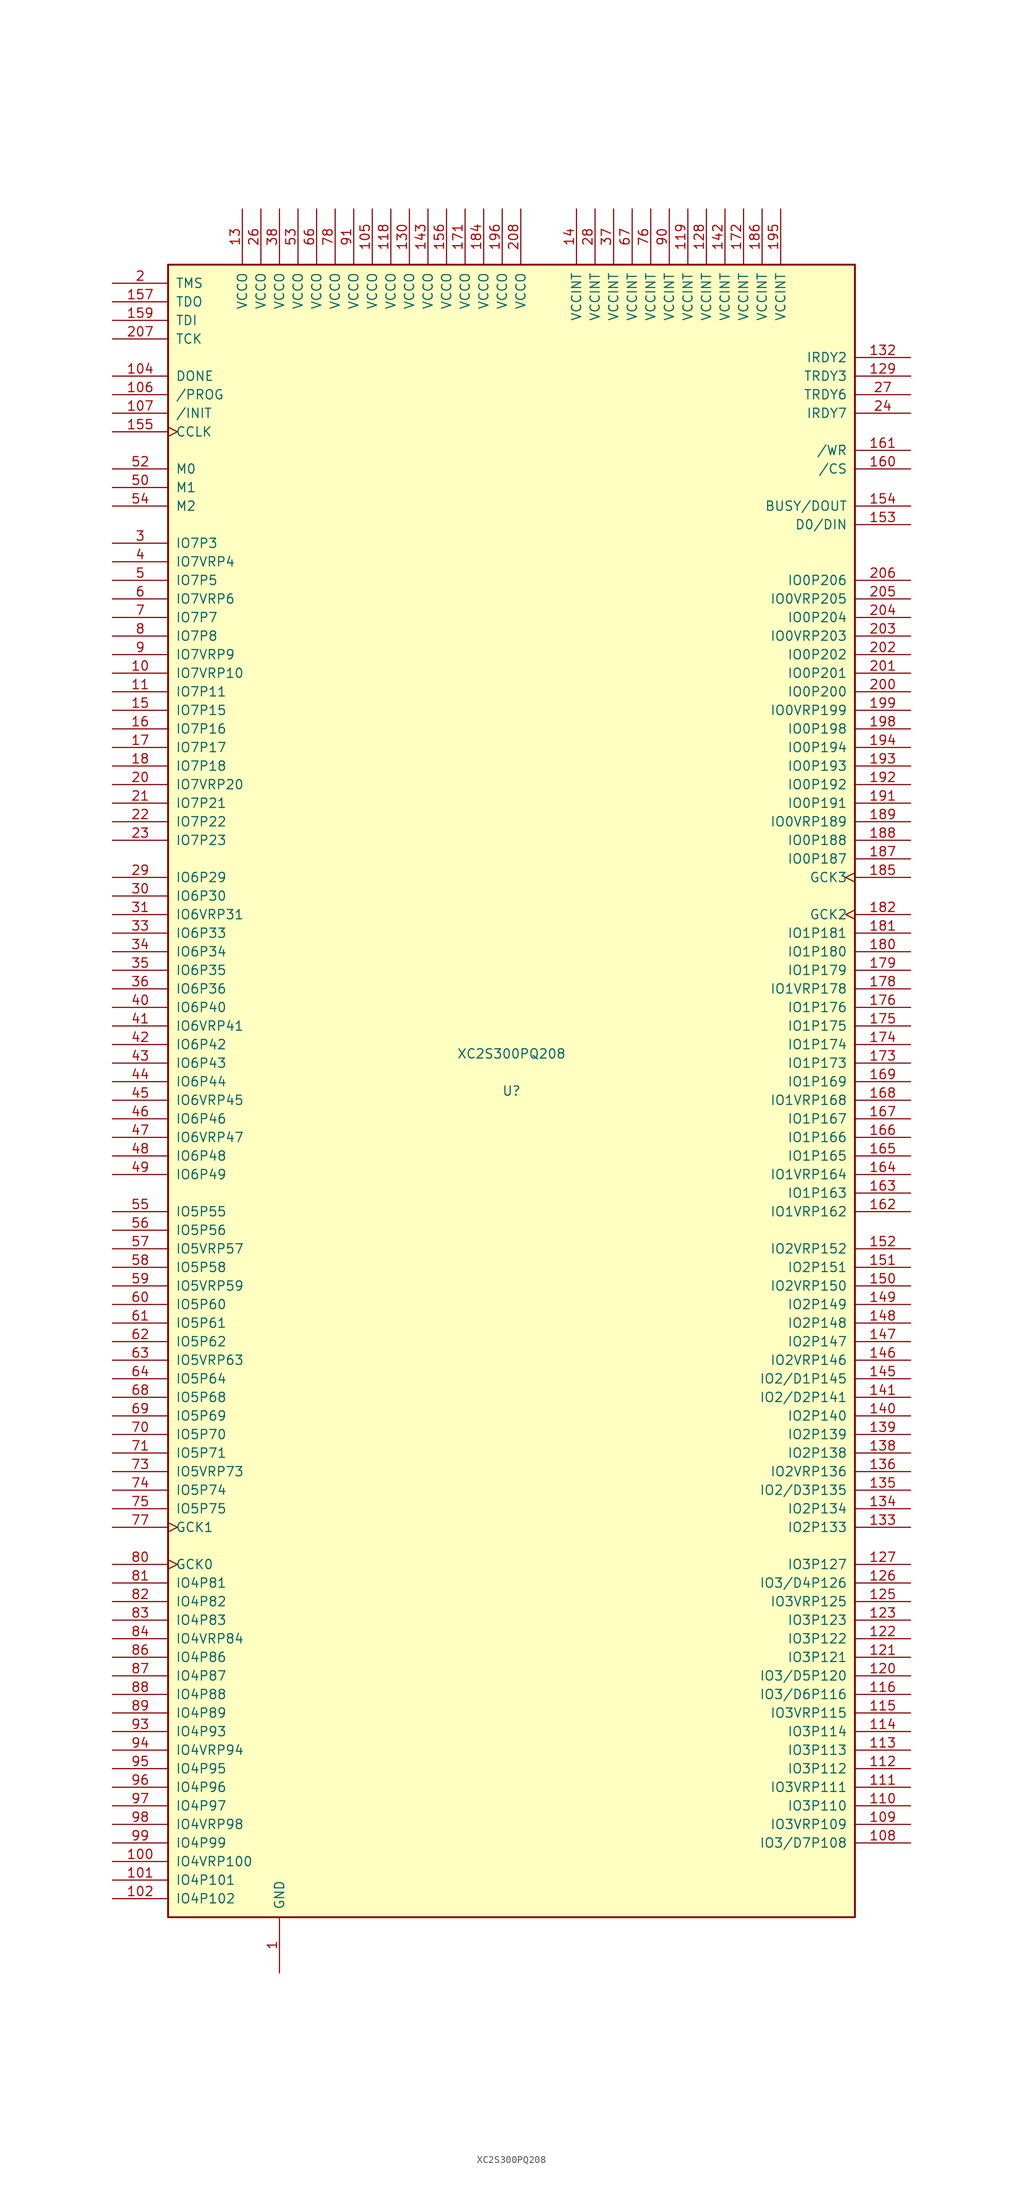
<source format=kicad_sym>
(kicad_symbol_lib
  (version 20231120)
  (generator "kicad_symbol_editor")
  (generator_version "8.0")
  (symbol "XC2S300PQ208"
    (pin_names
      (offset 1.016))
    (property "Reference" "U"
      (at 0 0 0)
      (effects (font (size 1.27 1.27))))
    (property "Value" "XC2S300PQ208"
      (at 0 5.08 0)
      (effects (font (size 1.27 1.27))))
    (symbol "XC2S300PQ208_0_1"
      (rectangle (start -46.99 113.03) (end 46.99 -113.03) (stroke (width 0.254) (type default)) (fill (type background))))
    (symbol "XC2S300PQ208_1_1"
      (pin power_in line (at -31.75 -120.65 90) (length 7.62) (name "GND" (effects (font (size 1.27 1.27)))) (number "1" (effects (font (size 1.27 1.27)))))
      (pin bidirectional line (at -54.61 57.15 0) (length 7.62) (name "IO7VRP10" (effects (font (size 1.27 1.27)))) (number "10" (effects (font (size 1.27 1.27)))))
      (pin bidirectional line (at -54.61 -105.41 0) (length 7.62) (name "IO4VRP100" (effects (font (size 1.27 1.27)))) (number "100" (effects (font (size 1.27 1.27)))))
      (pin bidirectional line (at -54.61 -107.95 0) (length 7.62) (name "IO4P101" (effects (font (size 1.27 1.27)))) (number "101" (effects (font (size 1.27 1.27)))))
      (pin bidirectional line (at -54.61 -110.49 0) (length 7.62) (name "IO4P102" (effects (font (size 1.27 1.27)))) (number "102" (effects (font (size 1.27 1.27)))))
      (pin passive line (at -31.75 -120.65 90) (length 7.62) hide (name "GND" (effects (font (size 1.27 1.27)))) (number "103" (effects (font (size 1.27 1.27)))))
      (pin bidirectional line (at -54.61 97.79 0) (length 7.62) (name "DONE" (effects (font (size 1.27 1.27)))) (number "104" (effects (font (size 1.27 1.27)))))
      (pin power_in line (at -19.05 120.65 270) (length 7.62) (name "VCCO" (effects (font (size 1.27 1.27)))) (number "105" (effects (font (size 1.27 1.27)))))
      (pin input line (at -54.61 95.25 0) (length 7.62) (name "/PROG" (effects (font (size 1.27 1.27)))) (number "106" (effects (font (size 1.27 1.27)))))
      (pin bidirectional line (at -54.61 92.71 0) (length 7.62) (name "/INIT" (effects (font (size 1.27 1.27)))) (number "107" (effects (font (size 1.27 1.27)))))
      (pin bidirectional line (at 54.61 -102.87 180) (length 7.62) (name "IO3/D7P108" (effects (font (size 1.27 1.27)))) (number "108" (effects (font (size 1.27 1.27)))))
      (pin bidirectional line (at 54.61 -100.33 180) (length 7.62) (name "IO3VRP109" (effects (font (size 1.27 1.27)))) (number "109" (effects (font (size 1.27 1.27)))))
      (pin bidirectional line (at -54.61 54.61 0) (length 7.62) (name "IO7P11" (effects (font (size 1.27 1.27)))) (number "11" (effects (font (size 1.27 1.27)))))
      (pin bidirectional line (at 54.61 -97.79 180) (length 7.62) (name "IO3P110" (effects (font (size 1.27 1.27)))) (number "110" (effects (font (size 1.27 1.27)))))
      (pin bidirectional line (at 54.61 -95.25 180) (length 7.62) (name "IO3VRP111" (effects (font (size 1.27 1.27)))) (number "111" (effects (font (size 1.27 1.27)))))
      (pin bidirectional line (at 54.61 -92.71 180) (length 7.62) (name "IO3P112" (effects (font (size 1.27 1.27)))) (number "112" (effects (font (size 1.27 1.27)))))
      (pin bidirectional line (at 54.61 -90.17 180) (length 7.62) (name "IO3P113" (effects (font (size 1.27 1.27)))) (number "113" (effects (font (size 1.27 1.27)))))
      (pin bidirectional line (at 54.61 -87.63 180) (length 7.62) (name "IO3P114" (effects (font (size 1.27 1.27)))) (number "114" (effects (font (size 1.27 1.27)))))
      (pin bidirectional line (at 54.61 -85.09 180) (length 7.62) (name "IO3VRP115" (effects (font (size 1.27 1.27)))) (number "115" (effects (font (size 1.27 1.27)))))
      (pin bidirectional line (at 54.61 -82.55 180) (length 7.62) (name "IO3/D6P116" (effects (font (size 1.27 1.27)))) (number "116" (effects (font (size 1.27 1.27)))))
      (pin passive line (at -31.75 -120.65 90) (length 7.62) hide (name "GND" (effects (font (size 1.27 1.27)))) (number "117" (effects (font (size 1.27 1.27)))))
      (pin power_in line (at -16.51 120.65 270) (length 7.62) (name "VCCO" (effects (font (size 1.27 1.27)))) (number "118" (effects (font (size 1.27 1.27)))))
      (pin power_in line (at 24.13 120.65 270) (length 7.62) (name "VCCINT" (effects (font (size 1.27 1.27)))) (number "119" (effects (font (size 1.27 1.27)))))
      (pin passive line (at -31.75 -120.65 90) (length 7.62) hide (name "GND" (effects (font (size 1.27 1.27)))) (number "12" (effects (font (size 1.27 1.27)))))
      (pin bidirectional line (at 54.61 -80.01 180) (length 7.62) (name "IO3/D5P120" (effects (font (size 1.27 1.27)))) (number "120" (effects (font (size 1.27 1.27)))))
      (pin bidirectional line (at 54.61 -77.47 180) (length 7.62) (name "IO3P121" (effects (font (size 1.27 1.27)))) (number "121" (effects (font (size 1.27 1.27)))))
      (pin bidirectional line (at 54.61 -74.93 180) (length 7.62) (name "IO3P122" (effects (font (size 1.27 1.27)))) (number "122" (effects (font (size 1.27 1.27)))))
      (pin bidirectional line (at 54.61 -72.39 180) (length 7.62) (name "IO3P123" (effects (font (size 1.27 1.27)))) (number "123" (effects (font (size 1.27 1.27)))))
      (pin passive line (at -31.75 -120.65 90) (length 7.62) hide (name "GND" (effects (font (size 1.27 1.27)))) (number "124" (effects (font (size 1.27 1.27)))))
      (pin bidirectional line (at 54.61 -69.85 180) (length 7.62) (name "IO3VRP125" (effects (font (size 1.27 1.27)))) (number "125" (effects (font (size 1.27 1.27)))))
      (pin bidirectional line (at 54.61 -67.31 180) (length 7.62) (name "IO3/D4P126" (effects (font (size 1.27 1.27)))) (number "126" (effects (font (size 1.27 1.27)))))
      (pin bidirectional line (at 54.61 -64.77 180) (length 7.62) (name "IO3P127" (effects (font (size 1.27 1.27)))) (number "127" (effects (font (size 1.27 1.27)))))
      (pin power_in line (at 26.67 120.65 270) (length 7.62) (name "VCCINT" (effects (font (size 1.27 1.27)))) (number "128" (effects (font (size 1.27 1.27)))))
      (pin bidirectional line (at 54.61 97.79 180) (length 7.62) (name "TRDY3" (effects (font (size 1.27 1.27)))) (number "129" (effects (font (size 1.27 1.27)))))
      (pin power_in line (at -36.83 120.65 270) (length 7.62) (name "VCCO" (effects (font (size 1.27 1.27)))) (number "13" (effects (font (size 1.27 1.27)))))
      (pin power_in line (at -13.97 120.65 270) (length 7.62) (name "VCCO" (effects (font (size 1.27 1.27)))) (number "130" (effects (font (size 1.27 1.27)))))
      (pin passive line (at -31.75 -120.65 90) (length 7.62) hide (name "GND" (effects (font (size 1.27 1.27)))) (number "131" (effects (font (size 1.27 1.27)))))
      (pin bidirectional line (at 54.61 100.33 180) (length 7.62) (name "IRDY2" (effects (font (size 1.27 1.27)))) (number "132" (effects (font (size 1.27 1.27)))))
      (pin bidirectional line (at 54.61 -59.69 180) (length 7.62) (name "IO2P133" (effects (font (size 1.27 1.27)))) (number "133" (effects (font (size 1.27 1.27)))))
      (pin bidirectional line (at 54.61 -57.15 180) (length 7.62) (name "IO2P134" (effects (font (size 1.27 1.27)))) (number "134" (effects (font (size 1.27 1.27)))))
      (pin bidirectional line (at 54.61 -54.61 180) (length 7.62) (name "IO2/D3P135" (effects (font (size 1.27 1.27)))) (number "135" (effects (font (size 1.27 1.27)))))
      (pin bidirectional line (at 54.61 -52.07 180) (length 7.62) (name "IO2VRP136" (effects (font (size 1.27 1.27)))) (number "136" (effects (font (size 1.27 1.27)))))
      (pin passive line (at -31.75 -120.65 90) (length 7.62) hide (name "GND" (effects (font (size 1.27 1.27)))) (number "137" (effects (font (size 1.27 1.27)))))
      (pin bidirectional line (at 54.61 -49.53 180) (length 7.62) (name "IO2P138" (effects (font (size 1.27 1.27)))) (number "138" (effects (font (size 1.27 1.27)))))
      (pin bidirectional line (at 54.61 -46.99 180) (length 7.62) (name "IO2P139" (effects (font (size 1.27 1.27)))) (number "139" (effects (font (size 1.27 1.27)))))
      (pin power_in line (at 8.89 120.65 270) (length 7.62) (name "VCCINT" (effects (font (size 1.27 1.27)))) (number "14" (effects (font (size 1.27 1.27)))))
      (pin bidirectional line (at 54.61 -44.45 180) (length 7.62) (name "IO2P140" (effects (font (size 1.27 1.27)))) (number "140" (effects (font (size 1.27 1.27)))))
      (pin bidirectional line (at 54.61 -41.91 180) (length 7.62) (name "IO2/D2P141" (effects (font (size 1.27 1.27)))) (number "141" (effects (font (size 1.27 1.27)))))
      (pin power_in line (at 29.21 120.65 270) (length 7.62) (name "VCCINT" (effects (font (size 1.27 1.27)))) (number "142" (effects (font (size 1.27 1.27)))))
      (pin power_in line (at -11.43 120.65 270) (length 7.62) (name "VCCO" (effects (font (size 1.27 1.27)))) (number "143" (effects (font (size 1.27 1.27)))))
      (pin passive line (at -31.75 -120.65 90) (length 7.62) hide (name "GND" (effects (font (size 1.27 1.27)))) (number "144" (effects (font (size 1.27 1.27)))))
      (pin bidirectional line (at 54.61 -39.37 180) (length 7.62) (name "IO2/D1P145" (effects (font (size 1.27 1.27)))) (number "145" (effects (font (size 1.27 1.27)))))
      (pin bidirectional line (at 54.61 -36.83 180) (length 7.62) (name "IO2VRP146" (effects (font (size 1.27 1.27)))) (number "146" (effects (font (size 1.27 1.27)))))
      (pin bidirectional line (at 54.61 -34.29 180) (length 7.62) (name "IO2P147" (effects (font (size 1.27 1.27)))) (number "147" (effects (font (size 1.27 1.27)))))
      (pin bidirectional line (at 54.61 -31.75 180) (length 7.62) (name "IO2P148" (effects (font (size 1.27 1.27)))) (number "148" (effects (font (size 1.27 1.27)))))
      (pin bidirectional line (at 54.61 -29.21 180) (length 7.62) (name "IO2P149" (effects (font (size 1.27 1.27)))) (number "149" (effects (font (size 1.27 1.27)))))
      (pin bidirectional line (at -54.61 52.07 0) (length 7.62) (name "IO7P15" (effects (font (size 1.27 1.27)))) (number "15" (effects (font (size 1.27 1.27)))))
      (pin bidirectional line (at 54.61 -26.67 180) (length 7.62) (name "IO2VRP150" (effects (font (size 1.27 1.27)))) (number "150" (effects (font (size 1.27 1.27)))))
      (pin bidirectional line (at 54.61 -24.13 180) (length 7.62) (name "IO2P151" (effects (font (size 1.27 1.27)))) (number "151" (effects (font (size 1.27 1.27)))))
      (pin bidirectional line (at 54.61 -21.59 180) (length 7.62) (name "IO2VRP152" (effects (font (size 1.27 1.27)))) (number "152" (effects (font (size 1.27 1.27)))))
      (pin bidirectional line (at 54.61 77.47 180) (length 7.62) (name "D0/DIN" (effects (font (size 1.27 1.27)))) (number "153" (effects (font (size 1.27 1.27)))))
      (pin bidirectional line (at 54.61 80.01 180) (length 7.62) (name "BUSY/DOUT" (effects (font (size 1.27 1.27)))) (number "154" (effects (font (size 1.27 1.27)))))
      (pin bidirectional clock (at -54.61 90.17 0) (length 7.62) (name "CCLK" (effects (font (size 1.27 1.27)))) (number "155" (effects (font (size 1.27 1.27)))))
      (pin power_in line (at -8.89 120.65 270) (length 7.62) (name "VCCO" (effects (font (size 1.27 1.27)))) (number "156" (effects (font (size 1.27 1.27)))))
      (pin bidirectional line (at -54.61 107.95 0) (length 7.62) (name "TDO" (effects (font (size 1.27 1.27)))) (number "157" (effects (font (size 1.27 1.27)))))
      (pin passive line (at -31.75 -120.65 90) (length 7.62) hide (name "GND" (effects (font (size 1.27 1.27)))) (number "158" (effects (font (size 1.27 1.27)))))
      (pin bidirectional line (at -54.61 105.41 0) (length 7.62) (name "TDI" (effects (font (size 1.27 1.27)))) (number "159" (effects (font (size 1.27 1.27)))))
      (pin bidirectional line (at -54.61 49.53 0) (length 7.62) (name "IO7P16" (effects (font (size 1.27 1.27)))) (number "16" (effects (font (size 1.27 1.27)))))
      (pin bidirectional line (at 54.61 85.09 180) (length 7.62) (name "/CS" (effects (font (size 1.27 1.27)))) (number "160" (effects (font (size 1.27 1.27)))))
      (pin bidirectional line (at 54.61 87.63 180) (length 7.62) (name "/WR" (effects (font (size 1.27 1.27)))) (number "161" (effects (font (size 1.27 1.27)))))
      (pin bidirectional line (at 54.61 -16.51 180) (length 7.62) (name "IO1VRP162" (effects (font (size 1.27 1.27)))) (number "162" (effects (font (size 1.27 1.27)))))
      (pin bidirectional line (at 54.61 -13.97 180) (length 7.62) (name "IO1P163" (effects (font (size 1.27 1.27)))) (number "163" (effects (font (size 1.27 1.27)))))
      (pin bidirectional line (at 54.61 -11.43 180) (length 7.62) (name "IO1VRP164" (effects (font (size 1.27 1.27)))) (number "164" (effects (font (size 1.27 1.27)))))
      (pin bidirectional line (at 54.61 -8.89 180) (length 7.62) (name "IO1P165" (effects (font (size 1.27 1.27)))) (number "165" (effects (font (size 1.27 1.27)))))
      (pin bidirectional line (at 54.61 -6.35 180) (length 7.62) (name "IO1P166" (effects (font (size 1.27 1.27)))) (number "166" (effects (font (size 1.27 1.27)))))
      (pin bidirectional line (at 54.61 -3.81 180) (length 7.62) (name "IO1P167" (effects (font (size 1.27 1.27)))) (number "167" (effects (font (size 1.27 1.27)))))
      (pin bidirectional line (at 54.61 -1.27 180) (length 7.62) (name "IO1VRP168" (effects (font (size 1.27 1.27)))) (number "168" (effects (font (size 1.27 1.27)))))
      (pin bidirectional line (at 54.61 1.27 180) (length 7.62) (name "IO1P169" (effects (font (size 1.27 1.27)))) (number "169" (effects (font (size 1.27 1.27)))))
      (pin bidirectional line (at -54.61 46.99 0) (length 7.62) (name "IO7P17" (effects (font (size 1.27 1.27)))) (number "17" (effects (font (size 1.27 1.27)))))
      (pin passive line (at -31.75 -120.65 90) (length 7.62) hide (name "GND" (effects (font (size 1.27 1.27)))) (number "170" (effects (font (size 1.27 1.27)))))
      (pin passive line (at -6.35 120.65 270) (length 7.62) (name "VCCO" (effects (font (size 1.27 1.27)))) (number "171" (effects (font (size 1.27 1.27)))))
      (pin power_in line (at 31.75 120.65 270) (length 7.62) (name "VCCINT" (effects (font (size 1.27 1.27)))) (number "172" (effects (font (size 1.27 1.27)))))
      (pin bidirectional line (at 54.61 3.81 180) (length 7.62) (name "IO1P173" (effects (font (size 1.27 1.27)))) (number "173" (effects (font (size 1.27 1.27)))))
      (pin bidirectional line (at 54.61 6.35 180) (length 7.62) (name "IO1P174" (effects (font (size 1.27 1.27)))) (number "174" (effects (font (size 1.27 1.27)))))
      (pin bidirectional line (at 54.61 8.89 180) (length 7.62) (name "IO1P175" (effects (font (size 1.27 1.27)))) (number "175" (effects (font (size 1.27 1.27)))))
      (pin bidirectional line (at 54.61 11.43 180) (length 7.62) (name "IO1P176" (effects (font (size 1.27 1.27)))) (number "176" (effects (font (size 1.27 1.27)))))
      (pin passive line (at -31.75 -120.65 90) (length 7.62) hide (name "GND" (effects (font (size 1.27 1.27)))) (number "177" (effects (font (size 1.27 1.27)))))
      (pin bidirectional line (at 54.61 13.97 180) (length 7.62) (name "IO1VRP178" (effects (font (size 1.27 1.27)))) (number "178" (effects (font (size 1.27 1.27)))))
      (pin bidirectional line (at 54.61 16.51 180) (length 7.62) (name "IO1P179" (effects (font (size 1.27 1.27)))) (number "179" (effects (font (size 1.27 1.27)))))
      (pin bidirectional line (at -54.61 44.45 0) (length 7.62) (name "IO7P18" (effects (font (size 1.27 1.27)))) (number "18" (effects (font (size 1.27 1.27)))))
      (pin bidirectional line (at 54.61 19.05 180) (length 7.62) (name "IO1P180" (effects (font (size 1.27 1.27)))) (number "180" (effects (font (size 1.27 1.27)))))
      (pin bidirectional line (at 54.61 21.59 180) (length 7.62) (name "IO1P181" (effects (font (size 1.27 1.27)))) (number "181" (effects (font (size 1.27 1.27)))))
      (pin input clock (at 54.61 24.13 180) (length 7.62) (name "GCK2" (effects (font (size 1.27 1.27)))) (number "182" (effects (font (size 1.27 1.27)))))
      (pin passive line (at -31.75 -120.65 90) (length 7.62) hide (name "GND" (effects (font (size 1.27 1.27)))) (number "183" (effects (font (size 1.27 1.27)))))
      (pin power_in line (at -3.81 120.65 270) (length 7.62) (name "VCCO" (effects (font (size 1.27 1.27)))) (number "184" (effects (font (size 1.27 1.27)))))
      (pin input clock (at 54.61 29.21 180) (length 7.62) (name "GCK3" (effects (font (size 1.27 1.27)))) (number "185" (effects (font (size 1.27 1.27)))))
      (pin power_in line (at 34.29 120.65 270) (length 7.62) (name "VCCINT" (effects (font (size 1.27 1.27)))) (number "186" (effects (font (size 1.27 1.27)))))
      (pin bidirectional line (at 54.61 31.75 180) (length 7.62) (name "IO0P187" (effects (font (size 1.27 1.27)))) (number "187" (effects (font (size 1.27 1.27)))))
      (pin bidirectional line (at 54.61 34.29 180) (length 7.62) (name "IO0P188" (effects (font (size 1.27 1.27)))) (number "188" (effects (font (size 1.27 1.27)))))
      (pin bidirectional line (at 54.61 36.83 180) (length 7.62) (name "IO0VRP189" (effects (font (size 1.27 1.27)))) (number "189" (effects (font (size 1.27 1.27)))))
      (pin passive line (at -31.75 -120.65 90) (length 7.62) hide (name "GND" (effects (font (size 1.27 1.27)))) (number "19" (effects (font (size 1.27 1.27)))))
      (pin passive line (at -31.75 -120.65 90) (length 7.62) hide (name "GND" (effects (font (size 1.27 1.27)))) (number "190" (effects (font (size 1.27 1.27)))))
      (pin bidirectional line (at 54.61 39.37 180) (length 7.62) (name "IO0P191" (effects (font (size 1.27 1.27)))) (number "191" (effects (font (size 1.27 1.27)))))
      (pin bidirectional line (at 54.61 41.91 180) (length 7.62) (name "IO0P192" (effects (font (size 1.27 1.27)))) (number "192" (effects (font (size 1.27 1.27)))))
      (pin bidirectional line (at 54.61 44.45 180) (length 7.62) (name "IO0P193" (effects (font (size 1.27 1.27)))) (number "193" (effects (font (size 1.27 1.27)))))
      (pin bidirectional line (at 54.61 46.99 180) (length 7.62) (name "IO0P194" (effects (font (size 1.27 1.27)))) (number "194" (effects (font (size 1.27 1.27)))))
      (pin power_in line (at 36.83 120.65 270) (length 7.62) (name "VCCINT" (effects (font (size 1.27 1.27)))) (number "195" (effects (font (size 1.27 1.27)))))
      (pin power_in line (at -1.27 120.65 270) (length 7.62) (name "VCCO" (effects (font (size 1.27 1.27)))) (number "196" (effects (font (size 1.27 1.27)))))
      (pin passive line (at -31.75 -120.65 90) (length 7.62) hide (name "GND" (effects (font (size 1.27 1.27)))) (number "197" (effects (font (size 1.27 1.27)))))
      (pin bidirectional line (at 54.61 49.53 180) (length 7.62) (name "IO0P198" (effects (font (size 1.27 1.27)))) (number "198" (effects (font (size 1.27 1.27)))))
      (pin bidirectional line (at 54.61 52.07 180) (length 7.62) (name "IO0VRP199" (effects (font (size 1.27 1.27)))) (number "199" (effects (font (size 1.27 1.27)))))
      (pin bidirectional line (at -54.61 110.49 0) (length 7.62) (name "TMS" (effects (font (size 1.27 1.27)))) (number "2" (effects (font (size 1.27 1.27)))))
      (pin bidirectional line (at -54.61 41.91 0) (length 7.62) (name "IO7VRP20" (effects (font (size 1.27 1.27)))) (number "20" (effects (font (size 1.27 1.27)))))
      (pin bidirectional line (at 54.61 54.61 180) (length 7.62) (name "IO0P200" (effects (font (size 1.27 1.27)))) (number "200" (effects (font (size 1.27 1.27)))))
      (pin bidirectional line (at 54.61 57.15 180) (length 7.62) (name "IO0P201" (effects (font (size 1.27 1.27)))) (number "201" (effects (font (size 1.27 1.27)))))
      (pin bidirectional line (at 54.61 59.69 180) (length 7.62) (name "IO0P202" (effects (font (size 1.27 1.27)))) (number "202" (effects (font (size 1.27 1.27)))))
      (pin bidirectional line (at 54.61 62.23 180) (length 7.62) (name "IO0VRP203" (effects (font (size 1.27 1.27)))) (number "203" (effects (font (size 1.27 1.27)))))
      (pin bidirectional line (at 54.61 64.77 180) (length 7.62) (name "IO0P204" (effects (font (size 1.27 1.27)))) (number "204" (effects (font (size 1.27 1.27)))))
      (pin bidirectional line (at 54.61 67.31 180) (length 7.62) (name "IO0VRP205" (effects (font (size 1.27 1.27)))) (number "205" (effects (font (size 1.27 1.27)))))
      (pin bidirectional line (at 54.61 69.85 180) (length 7.62) (name "IO0P206" (effects (font (size 1.27 1.27)))) (number "206" (effects (font (size 1.27 1.27)))))
      (pin bidirectional line (at -54.61 102.87 0) (length 7.62) (name "TCK" (effects (font (size 1.27 1.27)))) (number "207" (effects (font (size 1.27 1.27)))))
      (pin power_in line (at 1.27 120.65 270) (length 7.62) (name "VCCO" (effects (font (size 1.27 1.27)))) (number "208" (effects (font (size 1.27 1.27)))))
      (pin bidirectional line (at -54.61 39.37 0) (length 7.62) (name "IO7P21" (effects (font (size 1.27 1.27)))) (number "21" (effects (font (size 1.27 1.27)))))
      (pin bidirectional line (at -54.61 36.83 0) (length 7.62) (name "IO7P22" (effects (font (size 1.27 1.27)))) (number "22" (effects (font (size 1.27 1.27)))))
      (pin bidirectional line (at -54.61 34.29 0) (length 7.62) (name "IO7P23" (effects (font (size 1.27 1.27)))) (number "23" (effects (font (size 1.27 1.27)))))
      (pin bidirectional line (at 54.61 92.71 180) (length 7.62) (name "IRDY7" (effects (font (size 1.27 1.27)))) (number "24" (effects (font (size 1.27 1.27)))))
      (pin passive line (at -31.75 -120.65 90) (length 7.62) hide (name "GND" (effects (font (size 1.27 1.27)))) (number "25" (effects (font (size 1.27 1.27)))))
      (pin power_in line (at -34.29 120.65 270) (length 7.62) (name "VCCO" (effects (font (size 1.27 1.27)))) (number "26" (effects (font (size 1.27 1.27)))))
      (pin bidirectional line (at 54.61 95.25 180) (length 7.62) (name "TRDY6" (effects (font (size 1.27 1.27)))) (number "27" (effects (font (size 1.27 1.27)))))
      (pin power_in line (at 11.43 120.65 270) (length 7.62) (name "VCCINT" (effects (font (size 1.27 1.27)))) (number "28" (effects (font (size 1.27 1.27)))))
      (pin bidirectional line (at -54.61 29.21 0) (length 7.62) (name "IO6P29" (effects (font (size 1.27 1.27)))) (number "29" (effects (font (size 1.27 1.27)))))
      (pin bidirectional line (at -54.61 74.93 0) (length 7.62) (name "IO7P3" (effects (font (size 1.27 1.27)))) (number "3" (effects (font (size 1.27 1.27)))))
      (pin bidirectional line (at -54.61 26.67 0) (length 7.62) (name "IO6P30" (effects (font (size 1.27 1.27)))) (number "30" (effects (font (size 1.27 1.27)))))
      (pin bidirectional line (at -54.61 24.13 0) (length 7.62) (name "IO6VRP31" (effects (font (size 1.27 1.27)))) (number "31" (effects (font (size 1.27 1.27)))))
      (pin passive line (at -31.75 -120.65 90) (length 7.62) hide (name "GND" (effects (font (size 1.27 1.27)))) (number "32" (effects (font (size 1.27 1.27)))))
      (pin bidirectional line (at -54.61 21.59 0) (length 7.62) (name "IO6P33" (effects (font (size 1.27 1.27)))) (number "33" (effects (font (size 1.27 1.27)))))
      (pin bidirectional line (at -54.61 19.05 0) (length 7.62) (name "IO6P34" (effects (font (size 1.27 1.27)))) (number "34" (effects (font (size 1.27 1.27)))))
      (pin bidirectional line (at -54.61 16.51 0) (length 7.62) (name "IO6P35" (effects (font (size 1.27 1.27)))) (number "35" (effects (font (size 1.27 1.27)))))
      (pin bidirectional line (at -54.61 13.97 0) (length 7.62) (name "IO6P36" (effects (font (size 1.27 1.27)))) (number "36" (effects (font (size 1.27 1.27)))))
      (pin power_in line (at 13.97 120.65 270) (length 7.62) (name "VCCINT" (effects (font (size 1.27 1.27)))) (number "37" (effects (font (size 1.27 1.27)))))
      (pin power_in line (at -31.75 120.65 270) (length 7.62) (name "VCCO" (effects (font (size 1.27 1.27)))) (number "38" (effects (font (size 1.27 1.27)))))
      (pin passive line (at -31.75 -120.65 90) (length 7.62) hide (name "GND" (effects (font (size 1.27 1.27)))) (number "39" (effects (font (size 1.27 1.27)))))
      (pin bidirectional line (at -54.61 72.39 0) (length 7.62) (name "IO7VRP4" (effects (font (size 1.27 1.27)))) (number "4" (effects (font (size 1.27 1.27)))))
      (pin bidirectional line (at -54.61 11.43 0) (length 7.62) (name "IO6P40" (effects (font (size 1.27 1.27)))) (number "40" (effects (font (size 1.27 1.27)))))
      (pin bidirectional line (at -54.61 8.89 0) (length 7.62) (name "IO6VRP41" (effects (font (size 1.27 1.27)))) (number "41" (effects (font (size 1.27 1.27)))))
      (pin bidirectional line (at -54.61 6.35 0) (length 7.62) (name "IO6P42" (effects (font (size 1.27 1.27)))) (number "42" (effects (font (size 1.27 1.27)))))
      (pin bidirectional line (at -54.61 3.81 0) (length 7.62) (name "IO6P43" (effects (font (size 1.27 1.27)))) (number "43" (effects (font (size 1.27 1.27)))))
      (pin bidirectional line (at -54.61 1.27 0) (length 7.62) (name "IO6P44" (effects (font (size 1.27 1.27)))) (number "44" (effects (font (size 1.27 1.27)))))
      (pin bidirectional line (at -54.61 -1.27 0) (length 7.62) (name "IO6VRP45" (effects (font (size 1.27 1.27)))) (number "45" (effects (font (size 1.27 1.27)))))
      (pin bidirectional line (at -54.61 -3.81 0) (length 7.62) (name "IO6P46" (effects (font (size 1.27 1.27)))) (number "46" (effects (font (size 1.27 1.27)))))
      (pin bidirectional line (at -54.61 -6.35 0) (length 7.62) (name "IO6VRP47" (effects (font (size 1.27 1.27)))) (number "47" (effects (font (size 1.27 1.27)))))
      (pin bidirectional line (at -54.61 -8.89 0) (length 7.62) (name "IO6P48" (effects (font (size 1.27 1.27)))) (number "48" (effects (font (size 1.27 1.27)))))
      (pin bidirectional line (at -54.61 -11.43 0) (length 7.62) (name "IO6P49" (effects (font (size 1.27 1.27)))) (number "49" (effects (font (size 1.27 1.27)))))
      (pin bidirectional line (at -54.61 69.85 0) (length 7.62) (name "IO7P5" (effects (font (size 1.27 1.27)))) (number "5" (effects (font (size 1.27 1.27)))))
      (pin input line (at -54.61 82.55 0) (length 7.62) (name "M1" (effects (font (size 1.27 1.27)))) (number "50" (effects (font (size 1.27 1.27)))))
      (pin passive line (at -31.75 -120.65 90) (length 7.62) hide (name "GND" (effects (font (size 1.27 1.27)))) (number "51" (effects (font (size 1.27 1.27)))))
      (pin input line (at -54.61 85.09 0) (length 7.62) (name "M0" (effects (font (size 1.27 1.27)))) (number "52" (effects (font (size 1.27 1.27)))))
      (pin power_in line (at -29.21 120.65 270) (length 7.62) (name "VCCO" (effects (font (size 1.27 1.27)))) (number "53" (effects (font (size 1.27 1.27)))))
      (pin input line (at -54.61 80.01 0) (length 7.62) (name "M2" (effects (font (size 1.27 1.27)))) (number "54" (effects (font (size 1.27 1.27)))))
      (pin bidirectional line (at -54.61 -16.51 0) (length 7.62) (name "IO5P55" (effects (font (size 1.27 1.27)))) (number "55" (effects (font (size 1.27 1.27)))))
      (pin bidirectional line (at -54.61 -19.05 0) (length 7.62) (name "IO5P56" (effects (font (size 1.27 1.27)))) (number "56" (effects (font (size 1.27 1.27)))))
      (pin bidirectional line (at -54.61 -21.59 0) (length 7.62) (name "IO5VRP57" (effects (font (size 1.27 1.27)))) (number "57" (effects (font (size 1.27 1.27)))))
      (pin bidirectional line (at -54.61 -24.13 0) (length 7.62) (name "IO5P58" (effects (font (size 1.27 1.27)))) (number "58" (effects (font (size 1.27 1.27)))))
      (pin bidirectional line (at -54.61 -26.67 0) (length 7.62) (name "IO5VRP59" (effects (font (size 1.27 1.27)))) (number "59" (effects (font (size 1.27 1.27)))))
      (pin bidirectional line (at -54.61 67.31 0) (length 7.62) (name "IO7VRP6" (effects (font (size 1.27 1.27)))) (number "6" (effects (font (size 1.27 1.27)))))
      (pin bidirectional line (at -54.61 -29.21 0) (length 7.62) (name "IO5P60" (effects (font (size 1.27 1.27)))) (number "60" (effects (font (size 1.27 1.27)))))
      (pin bidirectional line (at -54.61 -31.75 0) (length 7.62) (name "IO5P61" (effects (font (size 1.27 1.27)))) (number "61" (effects (font (size 1.27 1.27)))))
      (pin bidirectional line (at -54.61 -34.29 0) (length 7.62) (name "IO5P62" (effects (font (size 1.27 1.27)))) (number "62" (effects (font (size 1.27 1.27)))))
      (pin bidirectional line (at -54.61 -36.83 0) (length 7.62) (name "IO5VRP63" (effects (font (size 1.27 1.27)))) (number "63" (effects (font (size 1.27 1.27)))))
      (pin bidirectional line (at -54.61 -39.37 0) (length 7.62) (name "IO5P64" (effects (font (size 1.27 1.27)))) (number "64" (effects (font (size 1.27 1.27)))))
      (pin passive line (at -31.75 -120.65 90) (length 7.62) hide (name "GND" (effects (font (size 1.27 1.27)))) (number "65" (effects (font (size 1.27 1.27)))))
      (pin power_in line (at -26.67 120.65 270) (length 7.62) (name "VCCO" (effects (font (size 1.27 1.27)))) (number "66" (effects (font (size 1.27 1.27)))))
      (pin power_in line (at 16.51 120.65 270) (length 7.62) (name "VCCINT" (effects (font (size 1.27 1.27)))) (number "67" (effects (font (size 1.27 1.27)))))
      (pin bidirectional line (at -54.61 -41.91 0) (length 7.62) (name "IO5P68" (effects (font (size 1.27 1.27)))) (number "68" (effects (font (size 1.27 1.27)))))
      (pin bidirectional line (at -54.61 -44.45 0) (length 7.62) (name "IO5P69" (effects (font (size 1.27 1.27)))) (number "69" (effects (font (size 1.27 1.27)))))
      (pin bidirectional line (at -54.61 64.77 0) (length 7.62) (name "IO7P7" (effects (font (size 1.27 1.27)))) (number "7" (effects (font (size 1.27 1.27)))))
      (pin bidirectional line (at -54.61 -46.99 0) (length 7.62) (name "IO5P70" (effects (font (size 1.27 1.27)))) (number "70" (effects (font (size 1.27 1.27)))))
      (pin bidirectional line (at -54.61 -49.53 0) (length 7.62) (name "IO5P71" (effects (font (size 1.27 1.27)))) (number "71" (effects (font (size 1.27 1.27)))))
      (pin passive line (at -31.75 -120.65 90) (length 7.62) hide (name "GND" (effects (font (size 1.27 1.27)))) (number "72" (effects (font (size 1.27 1.27)))))
      (pin bidirectional line (at -54.61 -52.07 0) (length 7.62) (name "IO5VRP73" (effects (font (size 1.27 1.27)))) (number "73" (effects (font (size 1.27 1.27)))))
      (pin bidirectional line (at -54.61 -54.61 0) (length 7.62) (name "IO5P74" (effects (font (size 1.27 1.27)))) (number "74" (effects (font (size 1.27 1.27)))))
      (pin bidirectional line (at -54.61 -57.15 0) (length 7.62) (name "IO5P75" (effects (font (size 1.27 1.27)))) (number "75" (effects (font (size 1.27 1.27)))))
      (pin power_in line (at 19.05 120.65 270) (length 7.62) (name "VCCINT" (effects (font (size 1.27 1.27)))) (number "76" (effects (font (size 1.27 1.27)))))
      (pin input clock (at -54.61 -59.69 0) (length 7.62) (name "GCK1" (effects (font (size 1.27 1.27)))) (number "77" (effects (font (size 1.27 1.27)))))
      (pin power_in line (at -24.13 120.65 270) (length 7.62) (name "VCCO" (effects (font (size 1.27 1.27)))) (number "78" (effects (font (size 1.27 1.27)))))
      (pin passive line (at -31.75 -120.65 90) (length 7.62) hide (name "GND" (effects (font (size 1.27 1.27)))) (number "79" (effects (font (size 1.27 1.27)))))
      (pin bidirectional line (at -54.61 62.23 0) (length 7.62) (name "IO7P8" (effects (font (size 1.27 1.27)))) (number "8" (effects (font (size 1.27 1.27)))))
      (pin input clock (at -54.61 -64.77 0) (length 7.62) (name "GCK0" (effects (font (size 1.27 1.27)))) (number "80" (effects (font (size 1.27 1.27)))))
      (pin bidirectional line (at -54.61 -67.31 0) (length 7.62) (name "IO4P81" (effects (font (size 1.27 1.27)))) (number "81" (effects (font (size 1.27 1.27)))))
      (pin bidirectional line (at -54.61 -69.85 0) (length 7.62) (name "IO4P82" (effects (font (size 1.27 1.27)))) (number "82" (effects (font (size 1.27 1.27)))))
      (pin bidirectional line (at -54.61 -72.39 0) (length 7.62) (name "IO4P83" (effects (font (size 1.27 1.27)))) (number "83" (effects (font (size 1.27 1.27)))))
      (pin bidirectional line (at -54.61 -74.93 0) (length 7.62) (name "IO4VRP84" (effects (font (size 1.27 1.27)))) (number "84" (effects (font (size 1.27 1.27)))))
      (pin passive line (at -31.75 -120.65 90) (length 7.62) hide (name "GND" (effects (font (size 1.27 1.27)))) (number "85" (effects (font (size 1.27 1.27)))))
      (pin bidirectional line (at -54.61 -77.47 0) (length 7.62) (name "IO4P86" (effects (font (size 1.27 1.27)))) (number "86" (effects (font (size 1.27 1.27)))))
      (pin bidirectional line (at -54.61 -80.01 0) (length 7.62) (name "IO4P87" (effects (font (size 1.27 1.27)))) (number "87" (effects (font (size 1.27 1.27)))))
      (pin bidirectional line (at -54.61 -82.55 0) (length 7.62) (name "IO4P88" (effects (font (size 1.27 1.27)))) (number "88" (effects (font (size 1.27 1.27)))))
      (pin bidirectional line (at -54.61 -85.09 0) (length 7.62) (name "IO4P89" (effects (font (size 1.27 1.27)))) (number "89" (effects (font (size 1.27 1.27)))))
      (pin bidirectional line (at -54.61 59.69 0) (length 7.62) (name "IO7VRP9" (effects (font (size 1.27 1.27)))) (number "9" (effects (font (size 1.27 1.27)))))
      (pin power_in line (at 21.59 120.65 270) (length 7.62) (name "VCCINT" (effects (font (size 1.27 1.27)))) (number "90" (effects (font (size 1.27 1.27)))))
      (pin power_in line (at -21.59 120.65 270) (length 7.62) (name "VCCO" (effects (font (size 1.27 1.27)))) (number "91" (effects (font (size 1.27 1.27)))))
      (pin passive line (at -31.75 -120.65 90) (length 7.62) hide (name "GND" (effects (font (size 1.27 1.27)))) (number "92" (effects (font (size 1.27 1.27)))))
      (pin bidirectional line (at -54.61 -87.63 0) (length 7.62) (name "IO4P93" (effects (font (size 1.27 1.27)))) (number "93" (effects (font (size 1.27 1.27)))))
      (pin bidirectional line (at -54.61 -90.17 0) (length 7.62) (name "IO4VRP94" (effects (font (size 1.27 1.27)))) (number "94" (effects (font (size 1.27 1.27)))))
      (pin bidirectional line (at -54.61 -92.71 0) (length 7.62) (name "IO4P95" (effects (font (size 1.27 1.27)))) (number "95" (effects (font (size 1.27 1.27)))))
      (pin bidirectional line (at -54.61 -95.25 0) (length 7.62) (name "IO4P96" (effects (font (size 1.27 1.27)))) (number "96" (effects (font (size 1.27 1.27)))))
      (pin bidirectional line (at -54.61 -97.79 0) (length 7.62) (name "IO4P97" (effects (font (size 1.27 1.27)))) (number "97" (effects (font (size 1.27 1.27)))))
      (pin bidirectional line (at -54.61 -100.33 0) (length 7.62) (name "IO4VRP98" (effects (font (size 1.27 1.27)))) (number "98" (effects (font (size 1.27 1.27)))))
      (pin bidirectional line (at -54.61 -102.87 0) (length 7.62) (name "IO4P99" (effects (font (size 1.27 1.27)))) (number "99" (effects (font (size 1.27 1.27))))))))
</source>
